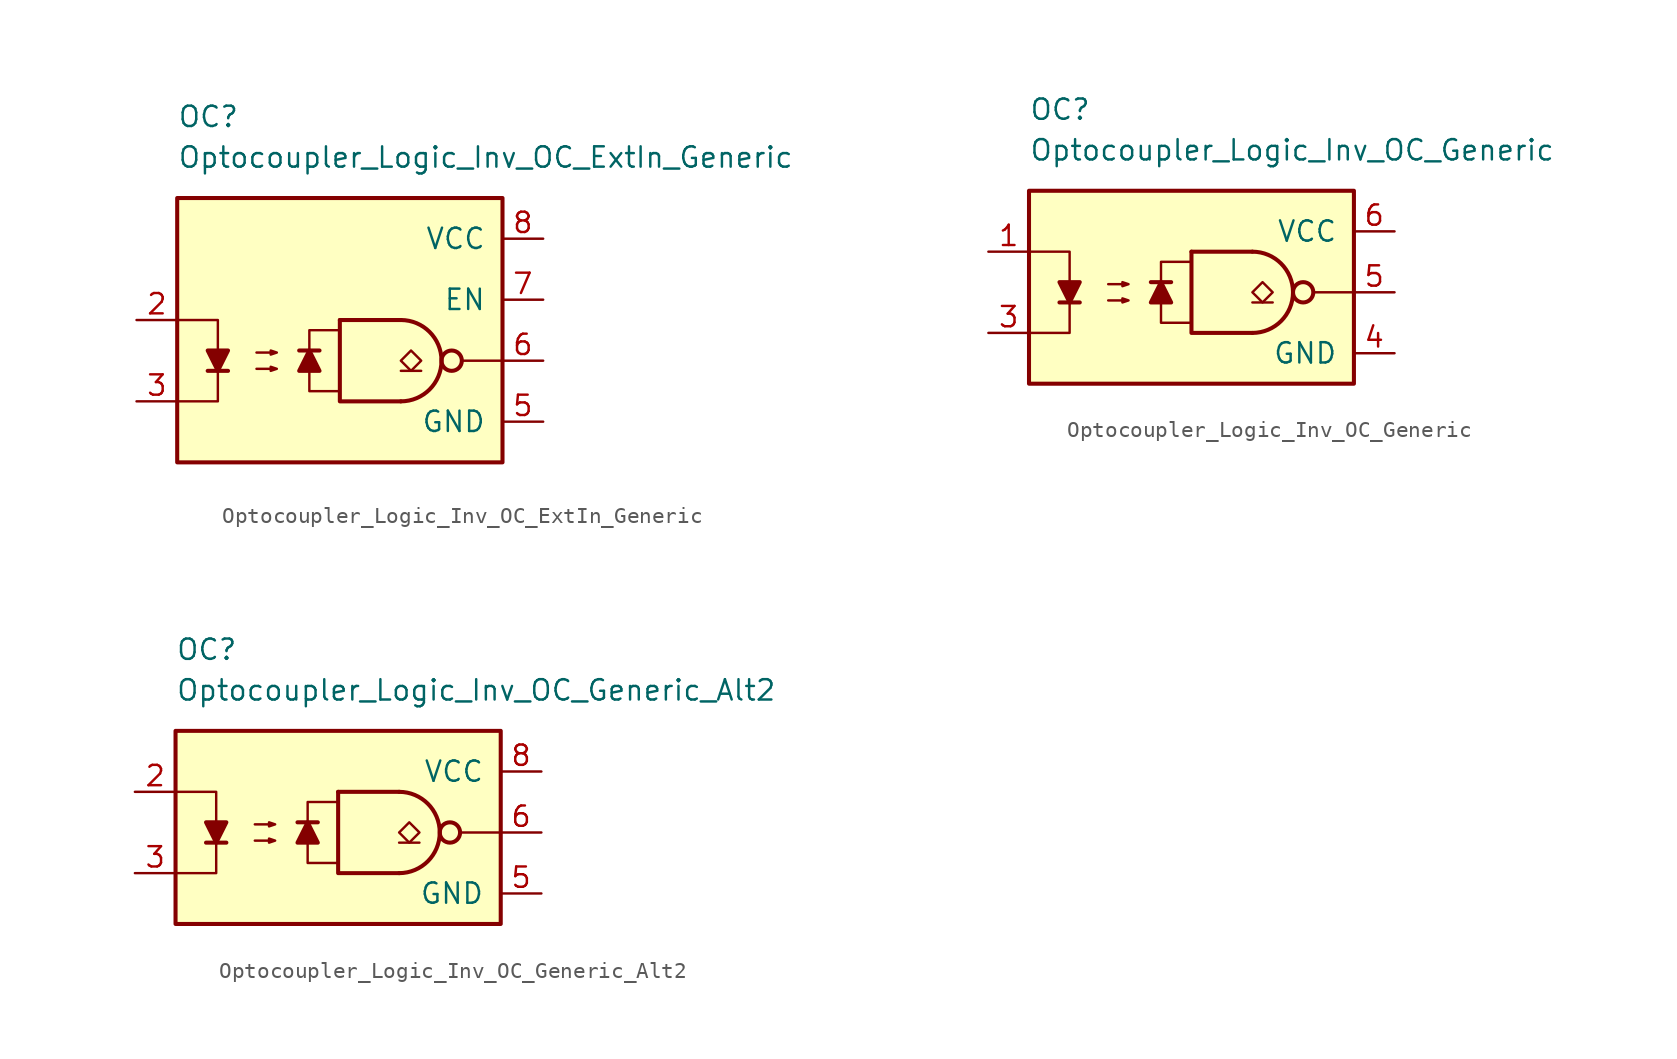
<source format=kicad_sym>
(kicad_symbol_lib
  (version 20211014)
  (generator kicad_symbol_editor)
  (symbol "Optocoupler_Logic_Inv_OC_ExtIn_Generic"
    (pin_names
      (offset 1.016))
    (property "Reference" "OC"
      (at -10.16 15.24 0)
      (effects (font (size 1.27 1.27)) (justify left)))
    (property "Value" "Optocoupler_Logic_Inv_OC_ExtIn_Generic"
      (at -10.16 12.7 0)
      (effects (font (size 1.27 1.27)) (justify left)))
    (symbol "Optocoupler_Logic_Inv_OC_ExtIn_Generic_0_0"
      (rectangle (start -10.16 10.16) (end 10.16 -6.35) (stroke (width 0.254) (type default) (color 0 0 0 0)) (fill (type background)))
      (polyline (pts (xy 10.16 0) (xy 7.62 0)) (stroke (width 0) (type default) (color 0 0 0 0)) (fill (type none))))
    (symbol "Optocoupler_Logic_Inv_OC_ExtIn_Generic_0_1"
      (polyline (pts (xy -8.255 -0.635) (xy -6.985 -0.635)) (stroke (width 0.254) (type default) (color 0 0 0 0)) (fill (type none)))
      (polyline (pts (xy 0 2.54) (xy 3.81 2.54)) (stroke (width 0.254) (type default) (color 0 0 0 0)) (fill (type none)))
      (polyline (pts (xy 5.08 -0.635) (xy 3.81 -0.635)) (stroke (width 0.152) (type default) (color 0 0 0 0)) (fill (type none)))
      (polyline (pts (xy -10.16 2.54) (xy -7.62 2.54) (xy -7.62 -0.635)) (stroke (width 0) (type default) (color 0 0 0 0)) (fill (type none)))
      (polyline (pts (xy -7.62 -0.635) (xy -7.62 -2.54) (xy -10.16 -2.54)) (stroke (width 0) (type default) (color 0 0 0 0)) (fill (type none)))
      (polyline (pts (xy 0 2.54) (xy 0 -2.54) (xy 3.81 -2.54)) (stroke (width 0.254) (type default) (color 0 0 0 0)) (fill (type none)))
      (polyline (pts (xy -7.62 -0.635) (xy -8.255 0.635) (xy -6.985 0.635) (xy -7.62 -0.635)) (stroke (width 0.254) (type default) (color 0 0 0 0)) (fill (type outline)))
      (polyline (pts (xy -5.207 -0.508) (xy -3.937 -0.508) (xy -4.318 -0.635) (xy -4.318 -0.381) (xy -3.937 -0.508)) (stroke (width 0) (type default) (color 0 0 0 0)) (fill (type none)))
      (polyline (pts (xy -5.207 0.508) (xy -3.937 0.508) (xy -4.318 0.381) (xy -4.318 0.635) (xy -3.937 0.508)) (stroke (width 0) (type default) (color 0 0 0 0)) (fill (type none)))
      (polyline (pts (xy 4.445 -0.635) (xy 3.81 0) (xy 4.445 0.635) (xy 5.08 0) (xy 4.445 -0.635)) (stroke (width 0.152) (type default) (color 0 0 0 0)) (fill (type none)))
      (arc (start 3.81 -2.54) (mid 6.35 0) (end 3.81 2.54) (stroke (width 0.254) (type default) (color 0 0 0 0)) (fill (type none)))
      (circle (center 6.985 0) (radius 0.635) (stroke (width 0.254) (type default) (color 0 0 0 0)) (fill (type none))))
    (symbol "Optocoupler_Logic_Inv_OC_ExtIn_Generic_1_1"
      (polyline (pts (xy -1.27 0.635) (xy -2.54 0.635)) (stroke (width 0.254) (type default) (color 0 0 0 0)) (fill (type none)))
      (polyline (pts (xy -1.905 0.635) (xy -1.27 -0.635) (xy -2.54 -0.635) (xy -1.905 0.635)) (stroke (width 0.254) (type default) (color 0 0 0 0)) (fill (type outline)))
      (polyline (pts (xy 0 -1.905) (xy -1.905 -1.905) (xy -1.905 1.905) (xy 0 1.905)) (stroke (width 0.152) (type default) (color 0 0 0 0)) (fill (type none)))
      (pin no_connect line (at -1.27 7.62 0) (length 2.54) hide (name "NC" (effects (font (size 1.27 1.27)))) (number "1" (effects (font (size 1.27 1.27)))))
      (pin passive line (at -12.7 2.54 0) (length 2.54) (name "~" (effects (font (size 1.27 1.27)))) (number "2" (effects (font (size 1.27 1.27)))))
      (pin passive line (at -12.7 -2.54 0) (length 2.54) (name "~" (effects (font (size 1.27 1.27)))) (number "3" (effects (font (size 1.27 1.27)))))
      (pin no_connect line (at -1.27 5.08 0) (length 2.54) hide (name "NC" (effects (font (size 1.27 1.27)))) (number "4" (effects (font (size 1.27 1.27)))))
      (pin power_in line (at 12.7 -3.81 180) (length 2.54) (name "GND" (effects (font (size 1.27 1.27)))) (number "5" (effects (font (size 1.27 1.27)))))
      (pin open_collector line (at 12.7 0 180) (length 2.54) (name "~" (effects (font (size 1.27 1.27)))) (number "6" (effects (font (size 1.27 1.27)))))
      (pin input line (at 12.7 3.81 180) (length 2.54) (name "EN" (effects (font (size 1.27 1.27)))) (number "7" (effects (font (size 1.27 1.27)))))
      (pin power_in line (at 12.7 7.62 180) (length 2.54) (name "VCC" (effects (font (size 1.27 1.27)))) (number "8" (effects (font (size 1.27 1.27)))))))
  (symbol "Optocoupler_Logic_Inv_OC_Generic"
    (pin_names
      (offset 1.016))
    (property "Reference" "OC"
      (at -11.43 11.43 0)
      (effects (font (size 1.27 1.27)) (justify left)))
    (property "Value" "Optocoupler_Logic_Inv_OC_Generic"
      (at -11.43 8.89 0)
      (effects (font (size 1.27 1.27)) (justify left)))
    (symbol "Optocoupler_Logic_Inv_OC_Generic_0_0"
      (rectangle (start -11.43 6.35) (end 8.89 -5.715) (stroke (width 0.254) (type default) (color 0 0 0 0)) (fill (type background)))
      (polyline (pts (xy 8.89 0) (xy 6.35 0)) (stroke (width 0) (type default) (color 0 0 0 0)) (fill (type none))))
    (symbol "Optocoupler_Logic_Inv_OC_Generic_0_1"
      (polyline (pts (xy -9.525 -0.635) (xy -8.255 -0.635)) (stroke (width 0.254) (type default) (color 0 0 0 0)) (fill (type none)))
      (polyline (pts (xy -1.27 2.54) (xy 2.54 2.54)) (stroke (width 0.254) (type default) (color 0 0 0 0)) (fill (type none)))
      (polyline (pts (xy 3.81 -0.635) (xy 2.54 -0.635)) (stroke (width 0.152) (type default) (color 0 0 0 0)) (fill (type none)))
      (polyline (pts (xy -11.43 2.54) (xy -8.89 2.54) (xy -8.89 -0.635)) (stroke (width 0) (type default) (color 0 0 0 0)) (fill (type none)))
      (polyline (pts (xy -8.89 -0.635) (xy -8.89 -2.54) (xy -11.43 -2.54)) (stroke (width 0) (type default) (color 0 0 0 0)) (fill (type none)))
      (polyline (pts (xy -1.27 2.54) (xy -1.27 -2.54) (xy 2.54 -2.54)) (stroke (width 0.254) (type default) (color 0 0 0 0)) (fill (type none)))
      (polyline (pts (xy -8.89 -0.635) (xy -9.525 0.635) (xy -8.255 0.635) (xy -8.89 -0.635)) (stroke (width 0.254) (type default) (color 0 0 0 0)) (fill (type outline)))
      (polyline (pts (xy -6.477 -0.508) (xy -5.207 -0.508) (xy -5.588 -0.635) (xy -5.588 -0.381) (xy -5.207 -0.508)) (stroke (width 0) (type default) (color 0 0 0 0)) (fill (type none)))
      (polyline (pts (xy -6.477 0.508) (xy -5.207 0.508) (xy -5.588 0.381) (xy -5.588 0.635) (xy -5.207 0.508)) (stroke (width 0) (type default) (color 0 0 0 0)) (fill (type none)))
      (polyline (pts (xy 3.175 -0.635) (xy 2.54 0) (xy 3.175 0.635) (xy 3.81 0) (xy 3.175 -0.635)) (stroke (width 0.152) (type default) (color 0 0 0 0)) (fill (type none)))
      (arc (start 2.54 -2.54) (mid 5.08 0) (end 2.54 2.54) (stroke (width 0.254) (type default) (color 0 0 0 0)) (fill (type none)))
      (circle (center 5.715 0) (radius 0.635) (stroke (width 0.254) (type default) (color 0 0 0 0)) (fill (type none))))
    (symbol "Optocoupler_Logic_Inv_OC_Generic_1_1"
      (polyline (pts (xy -2.54 0.635) (xy -3.81 0.635)) (stroke (width 0.254) (type default) (color 0 0 0 0)) (fill (type none)))
      (polyline (pts (xy -3.175 0.635) (xy -2.54 -0.635) (xy -3.81 -0.635) (xy -3.175 0.635)) (stroke (width 0.254) (type default) (color 0 0 0 0)) (fill (type outline)))
      (polyline (pts (xy -1.27 -1.905) (xy -3.175 -1.905) (xy -3.175 1.905) (xy -1.27 1.905)) (stroke (width 0.152) (type default) (color 0 0 0 0)) (fill (type none)))
      (pin passive line (at -13.97 2.54 0) (length 2.54) (name "~" (effects (font (size 1.27 1.27)))) (number "1" (effects (font (size 1.27 1.27)))))
      (pin no_connect line (at 0 0 0) (length 2.54) hide (name "NC" (effects (font (size 1.27 1.27)))) (number "2" (effects (font (size 1.27 1.27)))))
      (pin passive line (at -13.97 -2.54 0) (length 2.54) (name "~" (effects (font (size 1.27 1.27)))) (number "3" (effects (font (size 1.27 1.27)))))
      (pin power_in line (at 11.43 -3.81 180) (length 2.54) (name "GND" (effects (font (size 1.27 1.27)))) (number "4" (effects (font (size 1.27 1.27)))))
      (pin output line (at 11.43 0 180) (length 2.54) (name "~" (effects (font (size 1.27 1.27)))) (number "5" (effects (font (size 1.27 1.27)))))
      (pin power_in line (at 11.43 3.81 180) (length 2.54) (name "VCC" (effects (font (size 1.27 1.27)))) (number "6" (effects (font (size 1.27 1.27)))))))
  (symbol "Optocoupler_Logic_Inv_OC_Generic_Alt2"
    (pin_names
      (offset 1.016))
    (property "Reference" "OC"
      (at -11.43 11.43 0)
      (effects (font (size 1.27 1.27)) (justify left)))
    (property "Value" "Optocoupler_Logic_Inv_OC_Generic_Alt2"
      (at -11.43 8.89 0)
      (effects (font (size 1.27 1.27)) (justify left)))
    (symbol "Optocoupler_Logic_Inv_OC_Generic_Alt2_0_0"
      (rectangle (start -11.43 6.35) (end 8.89 -5.715) (stroke (width 0.254) (type default) (color 0 0 0 0)) (fill (type background)))
      (polyline (pts (xy 8.89 0) (xy 6.35 0)) (stroke (width 0) (type default) (color 0 0 0 0)) (fill (type none))))
    (symbol "Optocoupler_Logic_Inv_OC_Generic_Alt2_0_1"
      (polyline (pts (xy -9.525 -0.635) (xy -8.255 -0.635)) (stroke (width 0.254) (type default) (color 0 0 0 0)) (fill (type none)))
      (polyline (pts (xy -1.27 2.54) (xy 2.54 2.54)) (stroke (width 0.254) (type default) (color 0 0 0 0)) (fill (type none)))
      (polyline (pts (xy 3.81 -0.635) (xy 2.54 -0.635)) (stroke (width 0.152) (type default) (color 0 0 0 0)) (fill (type none)))
      (polyline (pts (xy -11.43 2.54) (xy -8.89 2.54) (xy -8.89 -0.635)) (stroke (width 0) (type default) (color 0 0 0 0)) (fill (type none)))
      (polyline (pts (xy -8.89 -0.635) (xy -8.89 -2.54) (xy -11.43 -2.54)) (stroke (width 0) (type default) (color 0 0 0 0)) (fill (type none)))
      (polyline (pts (xy -1.27 2.54) (xy -1.27 -2.54) (xy 2.54 -2.54)) (stroke (width 0.254) (type default) (color 0 0 0 0)) (fill (type none)))
      (polyline (pts (xy -8.89 -0.635) (xy -9.525 0.635) (xy -8.255 0.635) (xy -8.89 -0.635)) (stroke (width 0.254) (type default) (color 0 0 0 0)) (fill (type outline)))
      (polyline (pts (xy -6.477 -0.508) (xy -5.207 -0.508) (xy -5.588 -0.635) (xy -5.588 -0.381) (xy -5.207 -0.508)) (stroke (width 0) (type default) (color 0 0 0 0)) (fill (type none)))
      (polyline (pts (xy -6.477 0.508) (xy -5.207 0.508) (xy -5.588 0.381) (xy -5.588 0.635) (xy -5.207 0.508)) (stroke (width 0) (type default) (color 0 0 0 0)) (fill (type none)))
      (polyline (pts (xy 3.175 -0.635) (xy 2.54 0) (xy 3.175 0.635) (xy 3.81 0) (xy 3.175 -0.635)) (stroke (width 0.152) (type default) (color 0 0 0 0)) (fill (type none)))
      (arc (start 2.54 -2.54) (mid 5.08 0) (end 2.54 2.54) (stroke (width 0.254) (type default) (color 0 0 0 0)) (fill (type none)))
      (circle (center 5.715 0) (radius 0.635) (stroke (width 0.254) (type default) (color 0 0 0 0)) (fill (type none))))
    (symbol "Optocoupler_Logic_Inv_OC_Generic_Alt2_1_1"
      (polyline (pts (xy -2.54 0.635) (xy -3.81 0.635)) (stroke (width 0.254) (type default) (color 0 0 0 0)) (fill (type none)))
      (polyline (pts (xy -3.175 0.635) (xy -2.54 -0.635) (xy -3.81 -0.635) (xy -3.175 0.635)) (stroke (width 0.254) (type default) (color 0 0 0 0)) (fill (type outline)))
      (polyline (pts (xy -1.27 -1.905) (xy -3.175 -1.905) (xy -3.175 1.905) (xy -1.27 1.905)) (stroke (width 0.152) (type default) (color 0 0 0 0)) (fill (type none)))
      (pin no_connect line (at -1.27 2.54 0) (length 2.54) hide (name "NC" (effects (font (size 1.27 1.27)))) (number "1" (effects (font (size 1.27 1.27)))))
      (pin passive line (at -13.97 2.54 0) (length 2.54) (name "~" (effects (font (size 1.27 1.27)))) (number "2" (effects (font (size 1.27 1.27)))))
      (pin passive line (at -13.97 -2.54 0) (length 2.54) (name "~" (effects (font (size 1.27 1.27)))) (number "3" (effects (font (size 1.27 1.27)))))
      (pin no_connect line (at -1.27 0 0) (length 2.54) hide (name "NC" (effects (font (size 1.27 1.27)))) (number "4" (effects (font (size 1.27 1.27)))))
      (pin power_in line (at 11.43 -3.81 180) (length 2.54) (name "GND" (effects (font (size 1.27 1.27)))) (number "5" (effects (font (size 1.27 1.27)))))
      (pin open_collector line (at 11.43 0 180) (length 2.54) (name "~" (effects (font (size 1.27 1.27)))) (number "6" (effects (font (size 1.27 1.27)))))
      (pin no_connect line (at -1.27 -2.54 0) (length 2.54) hide (name "NC" (effects (font (size 1.27 1.27)))) (number "7" (effects (font (size 1.27 1.27)))))
      (pin power_in line (at 11.43 3.81 180) (length 2.54) (name "VCC" (effects (font (size 1.27 1.27)))) (number "8" (effects (font (size 1.27 1.27))))))))
</source>
